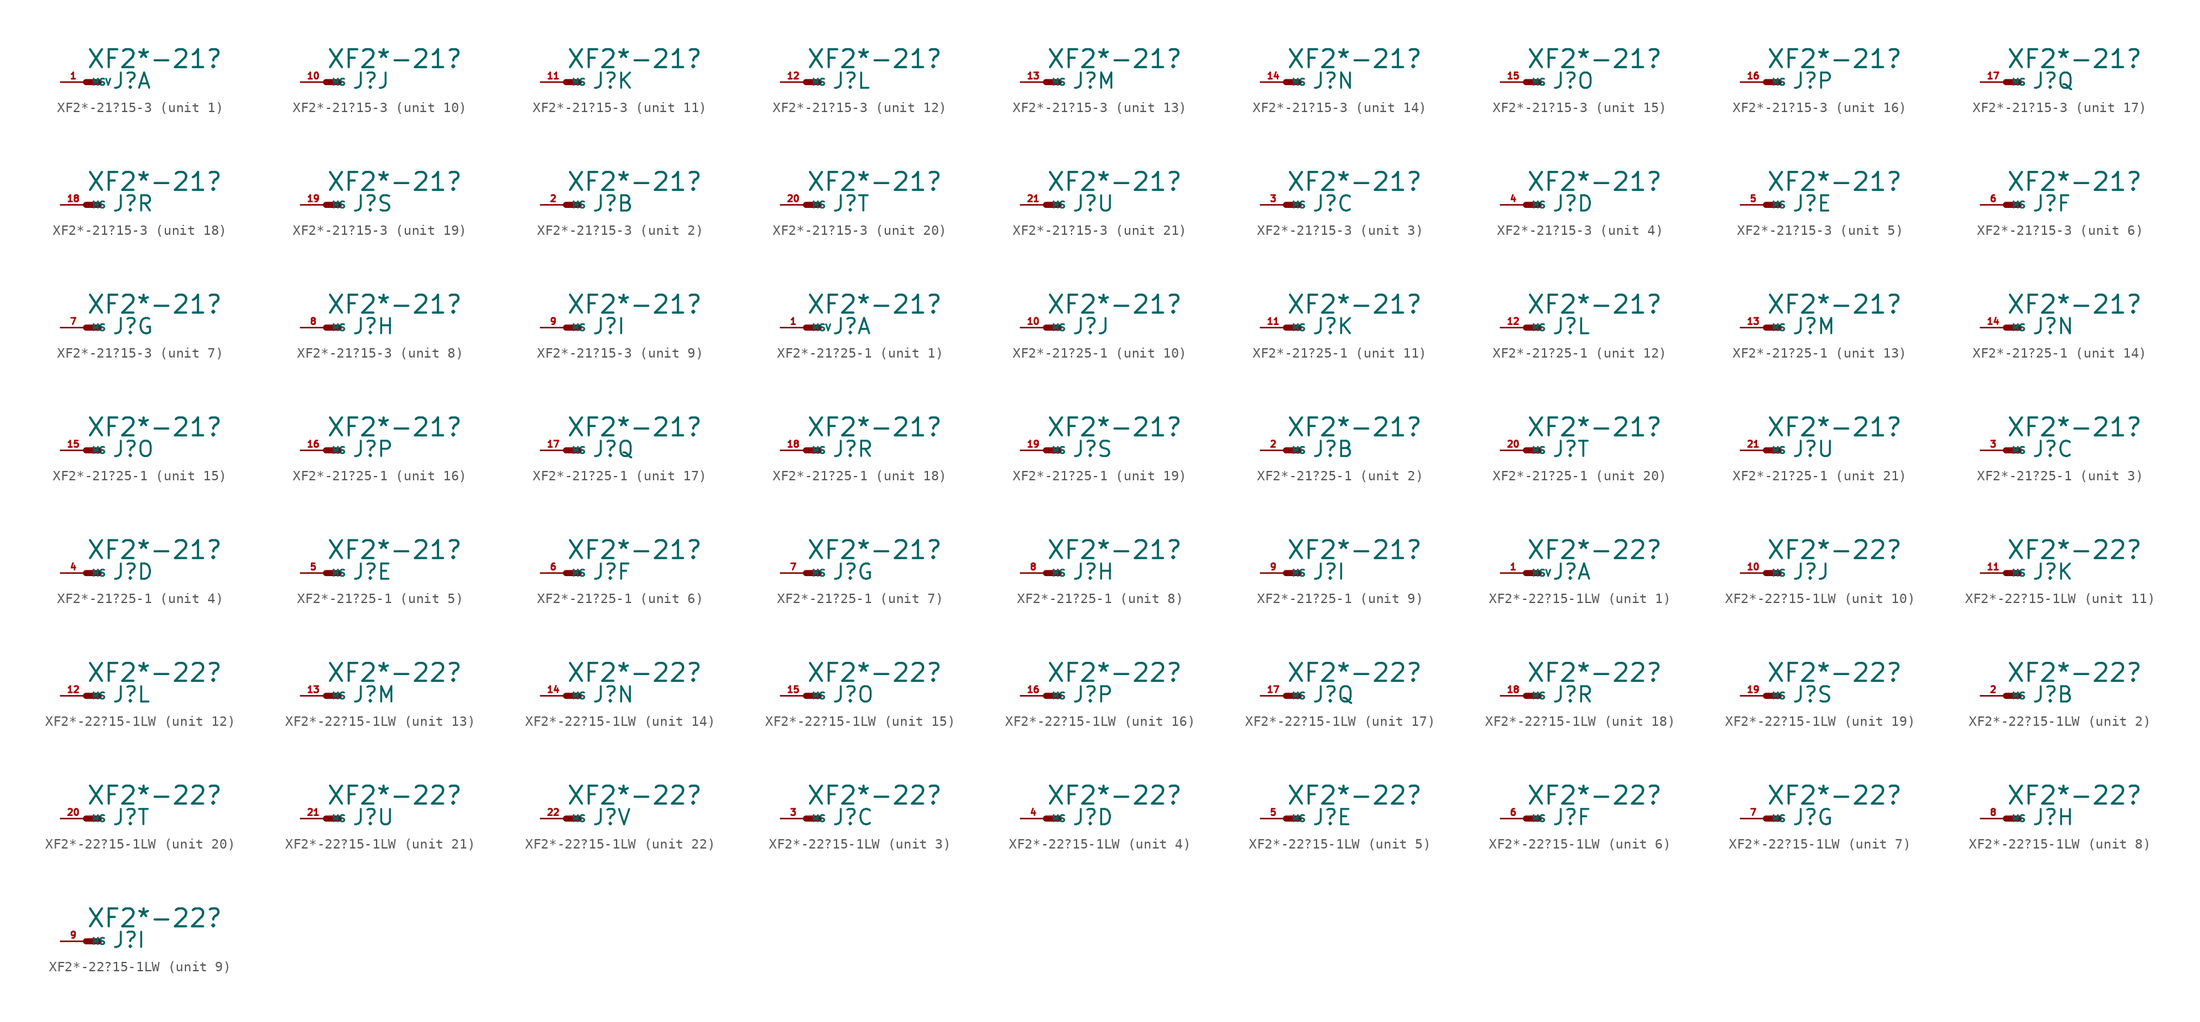
<source format=kicad_sym>
(kicad_symbol_lib
  (version 20220914)
  (generator Eagle2Kicad)
  (symbol "XF2*-21?15-3"
    (property "Reference" "J"
      (at 2.54 -0.762 0)
      (effects (font (size 1.524 1.524) (thickness 0.19)) (justify left bottom)))
    (property "Value" "XF2*-21?"
      (at 0 1.27 0)
      (effects (font (size 1.778 1.778) (thickness 0.22)) (justify left bottom)))
    (symbol "XF2*-21?15-3_1_0"
      (polyline (pts (xy 0 0) (xy 1.27 0)) (stroke (width 0.61) (type default)) (fill (type none)))
      (pin passive line (at -2.54 0 0) (length 2.54) (name "MSV" (effects (font (size 0.635 0.635) (thickness 0.08)) (justify left bottom))) (number "1" (effects (font (size 0.635 0.635) (thickness 0.08)) (justify left bottom)))))
    (symbol "XF2*-21?15-3_2_0"
      (polyline (pts (xy 0 0) (xy 1.27 0)) (stroke (width 0.61) (type default)) (fill (type none)))
      (pin passive line (at -2.54 0 0) (length 2.54) (name "MS" (effects (font (size 0.635 0.635) (thickness 0.08)) (justify left bottom))) (number "2" (effects (font (size 0.635 0.635) (thickness 0.08)) (justify left bottom)))))
    (symbol "XF2*-21?15-3_3_0"
      (polyline (pts (xy 0 0) (xy 1.27 0)) (stroke (width 0.61) (type default)) (fill (type none)))
      (pin passive line (at -2.54 0 0) (length 2.54) (name "MS" (effects (font (size 0.635 0.635) (thickness 0.08)) (justify left bottom))) (number "3" (effects (font (size 0.635 0.635) (thickness 0.08)) (justify left bottom)))))
    (symbol "XF2*-21?15-3_4_0"
      (polyline (pts (xy 0 0) (xy 1.27 0)) (stroke (width 0.61) (type default)) (fill (type none)))
      (pin passive line (at -2.54 0 0) (length 2.54) (name "MS" (effects (font (size 0.635 0.635) (thickness 0.08)) (justify left bottom))) (number "4" (effects (font (size 0.635 0.635) (thickness 0.08)) (justify left bottom)))))
    (symbol "XF2*-21?15-3_5_0"
      (polyline (pts (xy 0 0) (xy 1.27 0)) (stroke (width 0.61) (type default)) (fill (type none)))
      (pin passive line (at -2.54 0 0) (length 2.54) (name "MS" (effects (font (size 0.635 0.635) (thickness 0.08)) (justify left bottom))) (number "5" (effects (font (size 0.635 0.635) (thickness 0.08)) (justify left bottom)))))
    (symbol "XF2*-21?15-3_6_0"
      (polyline (pts (xy 0 0) (xy 1.27 0)) (stroke (width 0.61) (type default)) (fill (type none)))
      (pin passive line (at -2.54 0 0) (length 2.54) (name "MS" (effects (font (size 0.635 0.635) (thickness 0.08)) (justify left bottom))) (number "6" (effects (font (size 0.635 0.635) (thickness 0.08)) (justify left bottom)))))
    (symbol "XF2*-21?15-3_7_0"
      (polyline (pts (xy 0 0) (xy 1.27 0)) (stroke (width 0.61) (type default)) (fill (type none)))
      (pin passive line (at -2.54 0 0) (length 2.54) (name "MS" (effects (font (size 0.635 0.635) (thickness 0.08)) (justify left bottom))) (number "7" (effects (font (size 0.635 0.635) (thickness 0.08)) (justify left bottom)))))
    (symbol "XF2*-21?15-3_8_0"
      (polyline (pts (xy 0 0) (xy 1.27 0)) (stroke (width 0.61) (type default)) (fill (type none)))
      (pin passive line (at -2.54 0 0) (length 2.54) (name "MS" (effects (font (size 0.635 0.635) (thickness 0.08)) (justify left bottom))) (number "8" (effects (font (size 0.635 0.635) (thickness 0.08)) (justify left bottom)))))
    (symbol "XF2*-21?15-3_9_0"
      (polyline (pts (xy 0 0) (xy 1.27 0)) (stroke (width 0.61) (type default)) (fill (type none)))
      (pin passive line (at -2.54 0 0) (length 2.54) (name "MS" (effects (font (size 0.635 0.635) (thickness 0.08)) (justify left bottom))) (number "9" (effects (font (size 0.635 0.635) (thickness 0.08)) (justify left bottom)))))
    (symbol "XF2*-21?15-3_10_0"
      (polyline (pts (xy 0 0) (xy 1.27 0)) (stroke (width 0.61) (type default)) (fill (type none)))
      (pin passive line (at -2.54 0 0) (length 2.54) (name "MS" (effects (font (size 0.635 0.635) (thickness 0.08)) (justify left bottom))) (number "10" (effects (font (size 0.635 0.635) (thickness 0.08)) (justify left bottom)))))
    (symbol "XF2*-21?15-3_11_0"
      (polyline (pts (xy 0 0) (xy 1.27 0)) (stroke (width 0.61) (type default)) (fill (type none)))
      (pin passive line (at -2.54 0 0) (length 2.54) (name "MS" (effects (font (size 0.635 0.635) (thickness 0.08)) (justify left bottom))) (number "11" (effects (font (size 0.635 0.635) (thickness 0.08)) (justify left bottom)))))
    (symbol "XF2*-21?15-3_12_0"
      (polyline (pts (xy 0 0) (xy 1.27 0)) (stroke (width 0.61) (type default)) (fill (type none)))
      (pin passive line (at -2.54 0 0) (length 2.54) (name "MS" (effects (font (size 0.635 0.635) (thickness 0.08)) (justify left bottom))) (number "12" (effects (font (size 0.635 0.635) (thickness 0.08)) (justify left bottom)))))
    (symbol "XF2*-21?15-3_13_0"
      (polyline (pts (xy 0 0) (xy 1.27 0)) (stroke (width 0.61) (type default)) (fill (type none)))
      (pin passive line (at -2.54 0 0) (length 2.54) (name "MS" (effects (font (size 0.635 0.635) (thickness 0.08)) (justify left bottom))) (number "13" (effects (font (size 0.635 0.635) (thickness 0.08)) (justify left bottom)))))
    (symbol "XF2*-21?15-3_14_0"
      (polyline (pts (xy 0 0) (xy 1.27 0)) (stroke (width 0.61) (type default)) (fill (type none)))
      (pin passive line (at -2.54 0 0) (length 2.54) (name "MS" (effects (font (size 0.635 0.635) (thickness 0.08)) (justify left bottom))) (number "14" (effects (font (size 0.635 0.635) (thickness 0.08)) (justify left bottom)))))
    (symbol "XF2*-21?15-3_15_0"
      (polyline (pts (xy 0 0) (xy 1.27 0)) (stroke (width 0.61) (type default)) (fill (type none)))
      (pin passive line (at -2.54 0 0) (length 2.54) (name "MS" (effects (font (size 0.635 0.635) (thickness 0.08)) (justify left bottom))) (number "15" (effects (font (size 0.635 0.635) (thickness 0.08)) (justify left bottom)))))
    (symbol "XF2*-21?15-3_16_0"
      (polyline (pts (xy 0 0) (xy 1.27 0)) (stroke (width 0.61) (type default)) (fill (type none)))
      (pin passive line (at -2.54 0 0) (length 2.54) (name "MS" (effects (font (size 0.635 0.635) (thickness 0.08)) (justify left bottom))) (number "16" (effects (font (size 0.635 0.635) (thickness 0.08)) (justify left bottom)))))
    (symbol "XF2*-21?15-3_17_0"
      (polyline (pts (xy 0 0) (xy 1.27 0)) (stroke (width 0.61) (type default)) (fill (type none)))
      (pin passive line (at -2.54 0 0) (length 2.54) (name "MS" (effects (font (size 0.635 0.635) (thickness 0.08)) (justify left bottom))) (number "17" (effects (font (size 0.635 0.635) (thickness 0.08)) (justify left bottom)))))
    (symbol "XF2*-21?15-3_18_0"
      (polyline (pts (xy 0 0) (xy 1.27 0)) (stroke (width 0.61) (type default)) (fill (type none)))
      (pin passive line (at -2.54 0 0) (length 2.54) (name "MS" (effects (font (size 0.635 0.635) (thickness 0.08)) (justify left bottom))) (number "18" (effects (font (size 0.635 0.635) (thickness 0.08)) (justify left bottom)))))
    (symbol "XF2*-21?15-3_19_0"
      (polyline (pts (xy 0 0) (xy 1.27 0)) (stroke (width 0.61) (type default)) (fill (type none)))
      (pin passive line (at -2.54 0 0) (length 2.54) (name "MS" (effects (font (size 0.635 0.635) (thickness 0.08)) (justify left bottom))) (number "19" (effects (font (size 0.635 0.635) (thickness 0.08)) (justify left bottom)))))
    (symbol "XF2*-21?15-3_20_0"
      (polyline (pts (xy 0 0) (xy 1.27 0)) (stroke (width 0.61) (type default)) (fill (type none)))
      (pin passive line (at -2.54 0 0) (length 2.54) (name "MS" (effects (font (size 0.635 0.635) (thickness 0.08)) (justify left bottom))) (number "20" (effects (font (size 0.635 0.635) (thickness 0.08)) (justify left bottom)))))
    (symbol "XF2*-21?15-3_21_0"
      (polyline (pts (xy 0 0) (xy 1.27 0)) (stroke (width 0.61) (type default)) (fill (type none)))
      (pin passive line (at -2.54 0 0) (length 2.54) (name "MS" (effects (font (size 0.635 0.635) (thickness 0.08)) (justify left bottom))) (number "21" (effects (font (size 0.635 0.635) (thickness 0.08)) (justify left bottom))))))
  (symbol "XF2*-21?25-1"
    (property "Reference" "J"
      (at 2.54 -0.762 0)
      (effects (font (size 1.524 1.524) (thickness 0.19)) (justify left bottom)))
    (property "Value" "XF2*-21?"
      (at 0 1.27 0)
      (effects (font (size 1.778 1.778) (thickness 0.22)) (justify left bottom)))
    (symbol "XF2*-21?25-1_1_0"
      (polyline (pts (xy 0 0) (xy 1.27 0)) (stroke (width 0.61) (type default)) (fill (type none)))
      (pin passive line (at -2.54 0 0) (length 2.54) (name "MSV" (effects (font (size 0.635 0.635) (thickness 0.08)) (justify left bottom))) (number "1" (effects (font (size 0.635 0.635) (thickness 0.08)) (justify left bottom)))))
    (symbol "XF2*-21?25-1_2_0"
      (polyline (pts (xy 0 0) (xy 1.27 0)) (stroke (width 0.61) (type default)) (fill (type none)))
      (pin passive line (at -2.54 0 0) (length 2.54) (name "MS" (effects (font (size 0.635 0.635) (thickness 0.08)) (justify left bottom))) (number "2" (effects (font (size 0.635 0.635) (thickness 0.08)) (justify left bottom)))))
    (symbol "XF2*-21?25-1_3_0"
      (polyline (pts (xy 0 0) (xy 1.27 0)) (stroke (width 0.61) (type default)) (fill (type none)))
      (pin passive line (at -2.54 0 0) (length 2.54) (name "MS" (effects (font (size 0.635 0.635) (thickness 0.08)) (justify left bottom))) (number "3" (effects (font (size 0.635 0.635) (thickness 0.08)) (justify left bottom)))))
    (symbol "XF2*-21?25-1_4_0"
      (polyline (pts (xy 0 0) (xy 1.27 0)) (stroke (width 0.61) (type default)) (fill (type none)))
      (pin passive line (at -2.54 0 0) (length 2.54) (name "MS" (effects (font (size 0.635 0.635) (thickness 0.08)) (justify left bottom))) (number "4" (effects (font (size 0.635 0.635) (thickness 0.08)) (justify left bottom)))))
    (symbol "XF2*-21?25-1_5_0"
      (polyline (pts (xy 0 0) (xy 1.27 0)) (stroke (width 0.61) (type default)) (fill (type none)))
      (pin passive line (at -2.54 0 0) (length 2.54) (name "MS" (effects (font (size 0.635 0.635) (thickness 0.08)) (justify left bottom))) (number "5" (effects (font (size 0.635 0.635) (thickness 0.08)) (justify left bottom)))))
    (symbol "XF2*-21?25-1_6_0"
      (polyline (pts (xy 0 0) (xy 1.27 0)) (stroke (width 0.61) (type default)) (fill (type none)))
      (pin passive line (at -2.54 0 0) (length 2.54) (name "MS" (effects (font (size 0.635 0.635) (thickness 0.08)) (justify left bottom))) (number "6" (effects (font (size 0.635 0.635) (thickness 0.08)) (justify left bottom)))))
    (symbol "XF2*-21?25-1_7_0"
      (polyline (pts (xy 0 0) (xy 1.27 0)) (stroke (width 0.61) (type default)) (fill (type none)))
      (pin passive line (at -2.54 0 0) (length 2.54) (name "MS" (effects (font (size 0.635 0.635) (thickness 0.08)) (justify left bottom))) (number "7" (effects (font (size 0.635 0.635) (thickness 0.08)) (justify left bottom)))))
    (symbol "XF2*-21?25-1_8_0"
      (polyline (pts (xy 0 0) (xy 1.27 0)) (stroke (width 0.61) (type default)) (fill (type none)))
      (pin passive line (at -2.54 0 0) (length 2.54) (name "MS" (effects (font (size 0.635 0.635) (thickness 0.08)) (justify left bottom))) (number "8" (effects (font (size 0.635 0.635) (thickness 0.08)) (justify left bottom)))))
    (symbol "XF2*-21?25-1_9_0"
      (polyline (pts (xy 0 0) (xy 1.27 0)) (stroke (width 0.61) (type default)) (fill (type none)))
      (pin passive line (at -2.54 0 0) (length 2.54) (name "MS" (effects (font (size 0.635 0.635) (thickness 0.08)) (justify left bottom))) (number "9" (effects (font (size 0.635 0.635) (thickness 0.08)) (justify left bottom)))))
    (symbol "XF2*-21?25-1_10_0"
      (polyline (pts (xy 0 0) (xy 1.27 0)) (stroke (width 0.61) (type default)) (fill (type none)))
      (pin passive line (at -2.54 0 0) (length 2.54) (name "MS" (effects (font (size 0.635 0.635) (thickness 0.08)) (justify left bottom))) (number "10" (effects (font (size 0.635 0.635) (thickness 0.08)) (justify left bottom)))))
    (symbol "XF2*-21?25-1_11_0"
      (polyline (pts (xy 0 0) (xy 1.27 0)) (stroke (width 0.61) (type default)) (fill (type none)))
      (pin passive line (at -2.54 0 0) (length 2.54) (name "MS" (effects (font (size 0.635 0.635) (thickness 0.08)) (justify left bottom))) (number "11" (effects (font (size 0.635 0.635) (thickness 0.08)) (justify left bottom)))))
    (symbol "XF2*-21?25-1_12_0"
      (polyline (pts (xy 0 0) (xy 1.27 0)) (stroke (width 0.61) (type default)) (fill (type none)))
      (pin passive line (at -2.54 0 0) (length 2.54) (name "MS" (effects (font (size 0.635 0.635) (thickness 0.08)) (justify left bottom))) (number "12" (effects (font (size 0.635 0.635) (thickness 0.08)) (justify left bottom)))))
    (symbol "XF2*-21?25-1_13_0"
      (polyline (pts (xy 0 0) (xy 1.27 0)) (stroke (width 0.61) (type default)) (fill (type none)))
      (pin passive line (at -2.54 0 0) (length 2.54) (name "MS" (effects (font (size 0.635 0.635) (thickness 0.08)) (justify left bottom))) (number "13" (effects (font (size 0.635 0.635) (thickness 0.08)) (justify left bottom)))))
    (symbol "XF2*-21?25-1_14_0"
      (polyline (pts (xy 0 0) (xy 1.27 0)) (stroke (width 0.61) (type default)) (fill (type none)))
      (pin passive line (at -2.54 0 0) (length 2.54) (name "MS" (effects (font (size 0.635 0.635) (thickness 0.08)) (justify left bottom))) (number "14" (effects (font (size 0.635 0.635) (thickness 0.08)) (justify left bottom)))))
    (symbol "XF2*-21?25-1_15_0"
      (polyline (pts (xy 0 0) (xy 1.27 0)) (stroke (width 0.61) (type default)) (fill (type none)))
      (pin passive line (at -2.54 0 0) (length 2.54) (name "MS" (effects (font (size 0.635 0.635) (thickness 0.08)) (justify left bottom))) (number "15" (effects (font (size 0.635 0.635) (thickness 0.08)) (justify left bottom)))))
    (symbol "XF2*-21?25-1_16_0"
      (polyline (pts (xy 0 0) (xy 1.27 0)) (stroke (width 0.61) (type default)) (fill (type none)))
      (pin passive line (at -2.54 0 0) (length 2.54) (name "MS" (effects (font (size 0.635 0.635) (thickness 0.08)) (justify left bottom))) (number "16" (effects (font (size 0.635 0.635) (thickness 0.08)) (justify left bottom)))))
    (symbol "XF2*-21?25-1_17_0"
      (polyline (pts (xy 0 0) (xy 1.27 0)) (stroke (width 0.61) (type default)) (fill (type none)))
      (pin passive line (at -2.54 0 0) (length 2.54) (name "MS" (effects (font (size 0.635 0.635) (thickness 0.08)) (justify left bottom))) (number "17" (effects (font (size 0.635 0.635) (thickness 0.08)) (justify left bottom)))))
    (symbol "XF2*-21?25-1_18_0"
      (polyline (pts (xy 0 0) (xy 1.27 0)) (stroke (width 0.61) (type default)) (fill (type none)))
      (pin passive line (at -2.54 0 0) (length 2.54) (name "MS" (effects (font (size 0.635 0.635) (thickness 0.08)) (justify left bottom))) (number "18" (effects (font (size 0.635 0.635) (thickness 0.08)) (justify left bottom)))))
    (symbol "XF2*-21?25-1_19_0"
      (polyline (pts (xy 0 0) (xy 1.27 0)) (stroke (width 0.61) (type default)) (fill (type none)))
      (pin passive line (at -2.54 0 0) (length 2.54) (name "MS" (effects (font (size 0.635 0.635) (thickness 0.08)) (justify left bottom))) (number "19" (effects (font (size 0.635 0.635) (thickness 0.08)) (justify left bottom)))))
    (symbol "XF2*-21?25-1_20_0"
      (polyline (pts (xy 0 0) (xy 1.27 0)) (stroke (width 0.61) (type default)) (fill (type none)))
      (pin passive line (at -2.54 0 0) (length 2.54) (name "MS" (effects (font (size 0.635 0.635) (thickness 0.08)) (justify left bottom))) (number "20" (effects (font (size 0.635 0.635) (thickness 0.08)) (justify left bottom)))))
    (symbol "XF2*-21?25-1_21_0"
      (polyline (pts (xy 0 0) (xy 1.27 0)) (stroke (width 0.61) (type default)) (fill (type none)))
      (pin passive line (at -2.54 0 0) (length 2.54) (name "MS" (effects (font (size 0.635 0.635) (thickness 0.08)) (justify left bottom))) (number "21" (effects (font (size 0.635 0.635) (thickness 0.08)) (justify left bottom))))))
  (symbol "XF2*-22?15-1LW"
    (property "Reference" "J"
      (at 2.54 -0.762 0)
      (effects (font (size 1.524 1.524) (thickness 0.19)) (justify left bottom)))
    (property "Value" "XF2*-22?"
      (at 0 1.27 0)
      (effects (font (size 1.778 1.778) (thickness 0.22)) (justify left bottom)))
    (symbol "XF2*-22?15-1LW_1_0"
      (polyline (pts (xy 0 0) (xy 1.27 0)) (stroke (width 0.61) (type default)) (fill (type none)))
      (pin passive line (at -2.54 0 0) (length 2.54) (name "MSV" (effects (font (size 0.635 0.635) (thickness 0.08)) (justify left bottom))) (number "1" (effects (font (size 0.635 0.635) (thickness 0.08)) (justify left bottom)))))
    (symbol "XF2*-22?15-1LW_2_0"
      (polyline (pts (xy 0 0) (xy 1.27 0)) (stroke (width 0.61) (type default)) (fill (type none)))
      (pin passive line (at -2.54 0 0) (length 2.54) (name "MS" (effects (font (size 0.635 0.635) (thickness 0.08)) (justify left bottom))) (number "2" (effects (font (size 0.635 0.635) (thickness 0.08)) (justify left bottom)))))
    (symbol "XF2*-22?15-1LW_3_0"
      (polyline (pts (xy 0 0) (xy 1.27 0)) (stroke (width 0.61) (type default)) (fill (type none)))
      (pin passive line (at -2.54 0 0) (length 2.54) (name "MS" (effects (font (size 0.635 0.635) (thickness 0.08)) (justify left bottom))) (number "3" (effects (font (size 0.635 0.635) (thickness 0.08)) (justify left bottom)))))
    (symbol "XF2*-22?15-1LW_4_0"
      (polyline (pts (xy 0 0) (xy 1.27 0)) (stroke (width 0.61) (type default)) (fill (type none)))
      (pin passive line (at -2.54 0 0) (length 2.54) (name "MS" (effects (font (size 0.635 0.635) (thickness 0.08)) (justify left bottom))) (number "4" (effects (font (size 0.635 0.635) (thickness 0.08)) (justify left bottom)))))
    (symbol "XF2*-22?15-1LW_5_0"
      (polyline (pts (xy 0 0) (xy 1.27 0)) (stroke (width 0.61) (type default)) (fill (type none)))
      (pin passive line (at -2.54 0 0) (length 2.54) (name "MS" (effects (font (size 0.635 0.635) (thickness 0.08)) (justify left bottom))) (number "5" (effects (font (size 0.635 0.635) (thickness 0.08)) (justify left bottom)))))
    (symbol "XF2*-22?15-1LW_6_0"
      (polyline (pts (xy 0 0) (xy 1.27 0)) (stroke (width 0.61) (type default)) (fill (type none)))
      (pin passive line (at -2.54 0 0) (length 2.54) (name "MS" (effects (font (size 0.635 0.635) (thickness 0.08)) (justify left bottom))) (number "6" (effects (font (size 0.635 0.635) (thickness 0.08)) (justify left bottom)))))
    (symbol "XF2*-22?15-1LW_7_0"
      (polyline (pts (xy 0 0) (xy 1.27 0)) (stroke (width 0.61) (type default)) (fill (type none)))
      (pin passive line (at -2.54 0 0) (length 2.54) (name "MS" (effects (font (size 0.635 0.635) (thickness 0.08)) (justify left bottom))) (number "7" (effects (font (size 0.635 0.635) (thickness 0.08)) (justify left bottom)))))
    (symbol "XF2*-22?15-1LW_8_0"
      (polyline (pts (xy 0 0) (xy 1.27 0)) (stroke (width 0.61) (type default)) (fill (type none)))
      (pin passive line (at -2.54 0 0) (length 2.54) (name "MS" (effects (font (size 0.635 0.635) (thickness 0.08)) (justify left bottom))) (number "8" (effects (font (size 0.635 0.635) (thickness 0.08)) (justify left bottom)))))
    (symbol "XF2*-22?15-1LW_9_0"
      (polyline (pts (xy 0 0) (xy 1.27 0)) (stroke (width 0.61) (type default)) (fill (type none)))
      (pin passive line (at -2.54 0 0) (length 2.54) (name "MS" (effects (font (size 0.635 0.635) (thickness 0.08)) (justify left bottom))) (number "9" (effects (font (size 0.635 0.635) (thickness 0.08)) (justify left bottom)))))
    (symbol "XF2*-22?15-1LW_10_0"
      (polyline (pts (xy 0 0) (xy 1.27 0)) (stroke (width 0.61) (type default)) (fill (type none)))
      (pin passive line (at -2.54 0 0) (length 2.54) (name "MS" (effects (font (size 0.635 0.635) (thickness 0.08)) (justify left bottom))) (number "10" (effects (font (size 0.635 0.635) (thickness 0.08)) (justify left bottom)))))
    (symbol "XF2*-22?15-1LW_11_0"
      (polyline (pts (xy 0 0) (xy 1.27 0)) (stroke (width 0.61) (type default)) (fill (type none)))
      (pin passive line (at -2.54 0 0) (length 2.54) (name "MS" (effects (font (size 0.635 0.635) (thickness 0.08)) (justify left bottom))) (number "11" (effects (font (size 0.635 0.635) (thickness 0.08)) (justify left bottom)))))
    (symbol "XF2*-22?15-1LW_12_0"
      (polyline (pts (xy 0 0) (xy 1.27 0)) (stroke (width 0.61) (type default)) (fill (type none)))
      (pin passive line (at -2.54 0 0) (length 2.54) (name "MS" (effects (font (size 0.635 0.635) (thickness 0.08)) (justify left bottom))) (number "12" (effects (font (size 0.635 0.635) (thickness 0.08)) (justify left bottom)))))
    (symbol "XF2*-22?15-1LW_13_0"
      (polyline (pts (xy 0 0) (xy 1.27 0)) (stroke (width 0.61) (type default)) (fill (type none)))
      (pin passive line (at -2.54 0 0) (length 2.54) (name "MS" (effects (font (size 0.635 0.635) (thickness 0.08)) (justify left bottom))) (number "13" (effects (font (size 0.635 0.635) (thickness 0.08)) (justify left bottom)))))
    (symbol "XF2*-22?15-1LW_14_0"
      (polyline (pts (xy 0 0) (xy 1.27 0)) (stroke (width 0.61) (type default)) (fill (type none)))
      (pin passive line (at -2.54 0 0) (length 2.54) (name "MS" (effects (font (size 0.635 0.635) (thickness 0.08)) (justify left bottom))) (number "14" (effects (font (size 0.635 0.635) (thickness 0.08)) (justify left bottom)))))
    (symbol "XF2*-22?15-1LW_15_0"
      (polyline (pts (xy 0 0) (xy 1.27 0)) (stroke (width 0.61) (type default)) (fill (type none)))
      (pin passive line (at -2.54 0 0) (length 2.54) (name "MS" (effects (font (size 0.635 0.635) (thickness 0.08)) (justify left bottom))) (number "15" (effects (font (size 0.635 0.635) (thickness 0.08)) (justify left bottom)))))
    (symbol "XF2*-22?15-1LW_16_0"
      (polyline (pts (xy 0 0) (xy 1.27 0)) (stroke (width 0.61) (type default)) (fill (type none)))
      (pin passive line (at -2.54 0 0) (length 2.54) (name "MS" (effects (font (size 0.635 0.635) (thickness 0.08)) (justify left bottom))) (number "16" (effects (font (size 0.635 0.635) (thickness 0.08)) (justify left bottom)))))
    (symbol "XF2*-22?15-1LW_17_0"
      (polyline (pts (xy 0 0) (xy 1.27 0)) (stroke (width 0.61) (type default)) (fill (type none)))
      (pin passive line (at -2.54 0 0) (length 2.54) (name "MS" (effects (font (size 0.635 0.635) (thickness 0.08)) (justify left bottom))) (number "17" (effects (font (size 0.635 0.635) (thickness 0.08)) (justify left bottom)))))
    (symbol "XF2*-22?15-1LW_18_0"
      (polyline (pts (xy 0 0) (xy 1.27 0)) (stroke (width 0.61) (type default)) (fill (type none)))
      (pin passive line (at -2.54 0 0) (length 2.54) (name "MS" (effects (font (size 0.635 0.635) (thickness 0.08)) (justify left bottom))) (number "18" (effects (font (size 0.635 0.635) (thickness 0.08)) (justify left bottom)))))
    (symbol "XF2*-22?15-1LW_19_0"
      (polyline (pts (xy 0 0) (xy 1.27 0)) (stroke (width 0.61) (type default)) (fill (type none)))
      (pin passive line (at -2.54 0 0) (length 2.54) (name "MS" (effects (font (size 0.635 0.635) (thickness 0.08)) (justify left bottom))) (number "19" (effects (font (size 0.635 0.635) (thickness 0.08)) (justify left bottom)))))
    (symbol "XF2*-22?15-1LW_20_0"
      (polyline (pts (xy 0 0) (xy 1.27 0)) (stroke (width 0.61) (type default)) (fill (type none)))
      (pin passive line (at -2.54 0 0) (length 2.54) (name "MS" (effects (font (size 0.635 0.635) (thickness 0.08)) (justify left bottom))) (number "20" (effects (font (size 0.635 0.635) (thickness 0.08)) (justify left bottom)))))
    (symbol "XF2*-22?15-1LW_21_0"
      (polyline (pts (xy 0 0) (xy 1.27 0)) (stroke (width 0.61) (type default)) (fill (type none)))
      (pin passive line (at -2.54 0 0) (length 2.54) (name "MS" (effects (font (size 0.635 0.635) (thickness 0.08)) (justify left bottom))) (number "21" (effects (font (size 0.635 0.635) (thickness 0.08)) (justify left bottom)))))
    (symbol "XF2*-22?15-1LW_22_0"
      (polyline (pts (xy 0 0) (xy 1.27 0)) (stroke (width 0.61) (type default)) (fill (type none)))
      (pin passive line (at -2.54 0 0) (length 2.54) (name "MS" (effects (font (size 0.635 0.635) (thickness 0.08)) (justify left bottom))) (number "22" (effects (font (size 0.635 0.635) (thickness 0.08)) (justify left bottom)))))))
</source>
